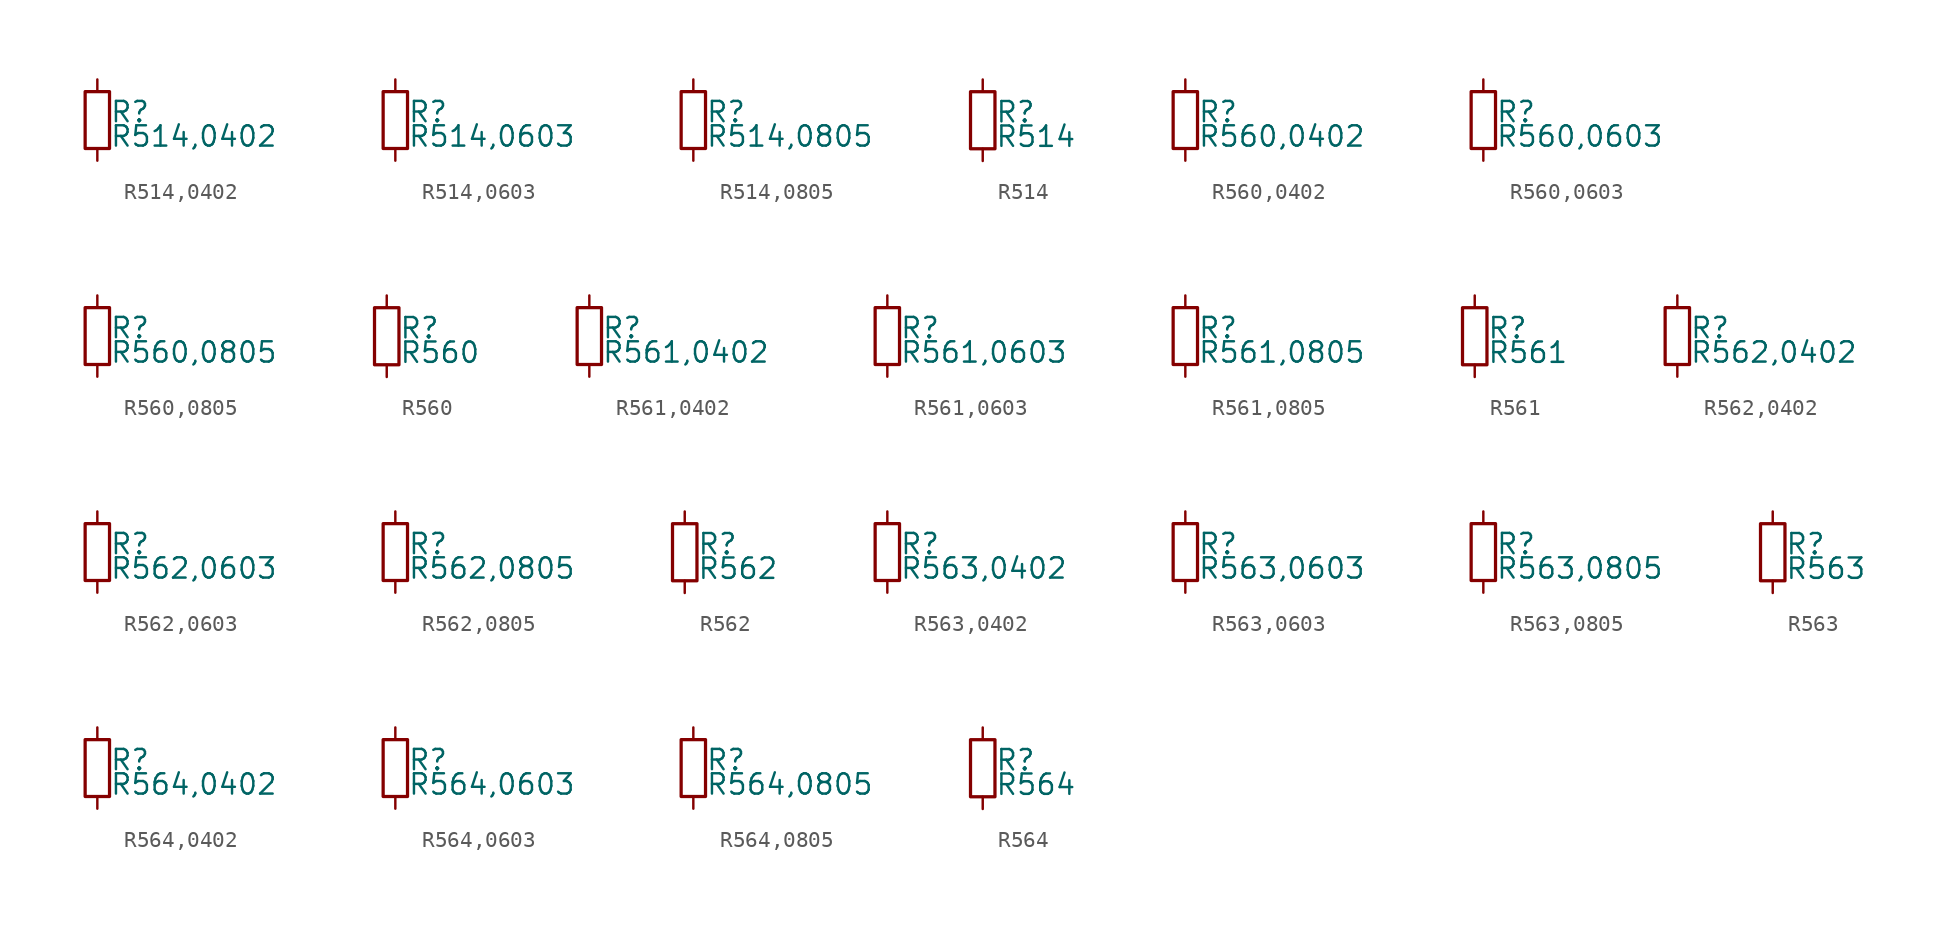
<source format=kicad_sym>
(kicad_symbol_lib
  (version 20211014)
  (generator kicad_symbol_editor)
  (symbol "R514,0402"
    (pin_numbers hide)
    (pin_names
      (offset 0.254) hide)
    (property "Reference" "R"
      (at 0.762 0.508 0)
      (effects (font (size 1.27 1.27)) (justify left)))
    (property "Value" "R514,0402"
      (at 0.762 -1.016 0)
      (effects (font (size 1.27 1.27)) (justify left)))
    (symbol "R514,0402_0_1"
      (rectangle (start -0.762 1.778) (end 0.762 -1.778) (stroke (width 0.203) (type default) (color 0 0 0 0)) (fill (type none))))
    (symbol "R514,0402_1_1"
      (pin passive line (at 0 2.54 270) (length 0.762) (name "~" (effects (font (size 1.27 1.27)))) (number "1" (effects (font (size 1.27 1.27)))))
      (pin passive line (at 0 -2.54 90) (length 0.762) (name "~" (effects (font (size 1.27 1.27)))) (number "2" (effects (font (size 1.27 1.27)))))))
  (symbol "R514,0603"
    (pin_numbers hide)
    (pin_names
      (offset 0.254) hide)
    (property "Reference" "R"
      (at 0.762 0.508 0)
      (effects (font (size 1.27 1.27)) (justify left)))
    (property "Value" "R514,0603"
      (at 0.762 -1.016 0)
      (effects (font (size 1.27 1.27)) (justify left)))
    (symbol "R514,0603_0_1"
      (rectangle (start -0.762 1.778) (end 0.762 -1.778) (stroke (width 0.203) (type default) (color 0 0 0 0)) (fill (type none))))
    (symbol "R514,0603_1_1"
      (pin passive line (at 0 2.54 270) (length 0.762) (name "~" (effects (font (size 1.27 1.27)))) (number "1" (effects (font (size 1.27 1.27)))))
      (pin passive line (at 0 -2.54 90) (length 0.762) (name "~" (effects (font (size 1.27 1.27)))) (number "2" (effects (font (size 1.27 1.27)))))))
  (symbol "R514,0805"
    (pin_numbers hide)
    (pin_names
      (offset 0.254) hide)
    (property "Reference" "R"
      (at 0.762 0.508 0)
      (effects (font (size 1.27 1.27)) (justify left)))
    (property "Value" "R514,0805"
      (at 0.762 -1.016 0)
      (effects (font (size 1.27 1.27)) (justify left)))
    (symbol "R514,0805_0_1"
      (rectangle (start -0.762 1.778) (end 0.762 -1.778) (stroke (width 0.203) (type default) (color 0 0 0 0)) (fill (type none))))
    (symbol "R514,0805_1_1"
      (pin passive line (at 0 2.54 270) (length 0.762) (name "~" (effects (font (size 1.27 1.27)))) (number "1" (effects (font (size 1.27 1.27)))))
      (pin passive line (at 0 -2.54 90) (length 0.762) (name "~" (effects (font (size 1.27 1.27)))) (number "2" (effects (font (size 1.27 1.27)))))))
  (symbol "R514"
    (pin_numbers hide)
    (pin_names
      (offset 0.254) hide)
    (property "Reference" "R"
      (at 0.762 0.508 0)
      (effects (font (size 1.27 1.27)) (justify left)))
    (property "Value" "R514"
      (at 0.762 -1.016 0)
      (effects (font (size 1.27 1.27)) (justify left)))
    (symbol "R514_0_1"
      (rectangle (start -0.762 1.778) (end 0.762 -1.778) (stroke (width 0.203) (type default) (color 0 0 0 0)) (fill (type none))))
    (symbol "R514_1_1"
      (pin passive line (at 0 2.54 270) (length 0.762) (name "~" (effects (font (size 1.27 1.27)))) (number "1" (effects (font (size 1.27 1.27)))))
      (pin passive line (at 0 -2.54 90) (length 0.762) (name "~" (effects (font (size 1.27 1.27)))) (number "2" (effects (font (size 1.27 1.27)))))))
  (symbol "R560,0402"
    (pin_numbers hide)
    (pin_names
      (offset 0.254) hide)
    (property "Reference" "R"
      (at 0.762 0.508 0)
      (effects (font (size 1.27 1.27)) (justify left)))
    (property "Value" "R560,0402"
      (at 0.762 -1.016 0)
      (effects (font (size 1.27 1.27)) (justify left)))
    (symbol "R560,0402_0_1"
      (rectangle (start -0.762 1.778) (end 0.762 -1.778) (stroke (width 0.203) (type default) (color 0 0 0 0)) (fill (type none))))
    (symbol "R560,0402_1_1"
      (pin passive line (at 0 2.54 270) (length 0.762) (name "~" (effects (font (size 1.27 1.27)))) (number "1" (effects (font (size 1.27 1.27)))))
      (pin passive line (at 0 -2.54 90) (length 0.762) (name "~" (effects (font (size 1.27 1.27)))) (number "2" (effects (font (size 1.27 1.27)))))))
  (symbol "R560,0603"
    (pin_numbers hide)
    (pin_names
      (offset 0.254) hide)
    (property "Reference" "R"
      (at 0.762 0.508 0)
      (effects (font (size 1.27 1.27)) (justify left)))
    (property "Value" "R560,0603"
      (at 0.762 -1.016 0)
      (effects (font (size 1.27 1.27)) (justify left)))
    (symbol "R560,0603_0_1"
      (rectangle (start -0.762 1.778) (end 0.762 -1.778) (stroke (width 0.203) (type default) (color 0 0 0 0)) (fill (type none))))
    (symbol "R560,0603_1_1"
      (pin passive line (at 0 2.54 270) (length 0.762) (name "~" (effects (font (size 1.27 1.27)))) (number "1" (effects (font (size 1.27 1.27)))))
      (pin passive line (at 0 -2.54 90) (length 0.762) (name "~" (effects (font (size 1.27 1.27)))) (number "2" (effects (font (size 1.27 1.27)))))))
  (symbol "R560,0805"
    (pin_numbers hide)
    (pin_names
      (offset 0.254) hide)
    (property "Reference" "R"
      (at 0.762 0.508 0)
      (effects (font (size 1.27 1.27)) (justify left)))
    (property "Value" "R560,0805"
      (at 0.762 -1.016 0)
      (effects (font (size 1.27 1.27)) (justify left)))
    (symbol "R560,0805_0_1"
      (rectangle (start -0.762 1.778) (end 0.762 -1.778) (stroke (width 0.203) (type default) (color 0 0 0 0)) (fill (type none))))
    (symbol "R560,0805_1_1"
      (pin passive line (at 0 2.54 270) (length 0.762) (name "~" (effects (font (size 1.27 1.27)))) (number "1" (effects (font (size 1.27 1.27)))))
      (pin passive line (at 0 -2.54 90) (length 0.762) (name "~" (effects (font (size 1.27 1.27)))) (number "2" (effects (font (size 1.27 1.27)))))))
  (symbol "R560"
    (pin_numbers hide)
    (pin_names
      (offset 0.254) hide)
    (property "Reference" "R"
      (at 0.762 0.508 0)
      (effects (font (size 1.27 1.27)) (justify left)))
    (property "Value" "R560"
      (at 0.762 -1.016 0)
      (effects (font (size 1.27 1.27)) (justify left)))
    (symbol "R560_0_1"
      (rectangle (start -0.762 1.778) (end 0.762 -1.778) (stroke (width 0.203) (type default) (color 0 0 0 0)) (fill (type none))))
    (symbol "R560_1_1"
      (pin passive line (at 0 2.54 270) (length 0.762) (name "~" (effects (font (size 1.27 1.27)))) (number "1" (effects (font (size 1.27 1.27)))))
      (pin passive line (at 0 -2.54 90) (length 0.762) (name "~" (effects (font (size 1.27 1.27)))) (number "2" (effects (font (size 1.27 1.27)))))))
  (symbol "R561,0402"
    (pin_numbers hide)
    (pin_names
      (offset 0.254) hide)
    (property "Reference" "R"
      (at 0.762 0.508 0)
      (effects (font (size 1.27 1.27)) (justify left)))
    (property "Value" "R561,0402"
      (at 0.762 -1.016 0)
      (effects (font (size 1.27 1.27)) (justify left)))
    (symbol "R561,0402_0_1"
      (rectangle (start -0.762 1.778) (end 0.762 -1.778) (stroke (width 0.203) (type default) (color 0 0 0 0)) (fill (type none))))
    (symbol "R561,0402_1_1"
      (pin passive line (at 0 2.54 270) (length 0.762) (name "~" (effects (font (size 1.27 1.27)))) (number "1" (effects (font (size 1.27 1.27)))))
      (pin passive line (at 0 -2.54 90) (length 0.762) (name "~" (effects (font (size 1.27 1.27)))) (number "2" (effects (font (size 1.27 1.27)))))))
  (symbol "R561,0603"
    (pin_numbers hide)
    (pin_names
      (offset 0.254) hide)
    (property "Reference" "R"
      (at 0.762 0.508 0)
      (effects (font (size 1.27 1.27)) (justify left)))
    (property "Value" "R561,0603"
      (at 0.762 -1.016 0)
      (effects (font (size 1.27 1.27)) (justify left)))
    (symbol "R561,0603_0_1"
      (rectangle (start -0.762 1.778) (end 0.762 -1.778) (stroke (width 0.203) (type default) (color 0 0 0 0)) (fill (type none))))
    (symbol "R561,0603_1_1"
      (pin passive line (at 0 2.54 270) (length 0.762) (name "~" (effects (font (size 1.27 1.27)))) (number "1" (effects (font (size 1.27 1.27)))))
      (pin passive line (at 0 -2.54 90) (length 0.762) (name "~" (effects (font (size 1.27 1.27)))) (number "2" (effects (font (size 1.27 1.27)))))))
  (symbol "R561,0805"
    (pin_numbers hide)
    (pin_names
      (offset 0.254) hide)
    (property "Reference" "R"
      (at 0.762 0.508 0)
      (effects (font (size 1.27 1.27)) (justify left)))
    (property "Value" "R561,0805"
      (at 0.762 -1.016 0)
      (effects (font (size 1.27 1.27)) (justify left)))
    (symbol "R561,0805_0_1"
      (rectangle (start -0.762 1.778) (end 0.762 -1.778) (stroke (width 0.203) (type default) (color 0 0 0 0)) (fill (type none))))
    (symbol "R561,0805_1_1"
      (pin passive line (at 0 2.54 270) (length 0.762) (name "~" (effects (font (size 1.27 1.27)))) (number "1" (effects (font (size 1.27 1.27)))))
      (pin passive line (at 0 -2.54 90) (length 0.762) (name "~" (effects (font (size 1.27 1.27)))) (number "2" (effects (font (size 1.27 1.27)))))))
  (symbol "R561"
    (pin_numbers hide)
    (pin_names
      (offset 0.254) hide)
    (property "Reference" "R"
      (at 0.762 0.508 0)
      (effects (font (size 1.27 1.27)) (justify left)))
    (property "Value" "R561"
      (at 0.762 -1.016 0)
      (effects (font (size 1.27 1.27)) (justify left)))
    (symbol "R561_0_1"
      (rectangle (start -0.762 1.778) (end 0.762 -1.778) (stroke (width 0.203) (type default) (color 0 0 0 0)) (fill (type none))))
    (symbol "R561_1_1"
      (pin passive line (at 0 2.54 270) (length 0.762) (name "~" (effects (font (size 1.27 1.27)))) (number "1" (effects (font (size 1.27 1.27)))))
      (pin passive line (at 0 -2.54 90) (length 0.762) (name "~" (effects (font (size 1.27 1.27)))) (number "2" (effects (font (size 1.27 1.27)))))))
  (symbol "R562,0402"
    (pin_numbers hide)
    (pin_names
      (offset 0.254) hide)
    (property "Reference" "R"
      (at 0.762 0.508 0)
      (effects (font (size 1.27 1.27)) (justify left)))
    (property "Value" "R562,0402"
      (at 0.762 -1.016 0)
      (effects (font (size 1.27 1.27)) (justify left)))
    (symbol "R562,0402_0_1"
      (rectangle (start -0.762 1.778) (end 0.762 -1.778) (stroke (width 0.203) (type default) (color 0 0 0 0)) (fill (type none))))
    (symbol "R562,0402_1_1"
      (pin passive line (at 0 2.54 270) (length 0.762) (name "~" (effects (font (size 1.27 1.27)))) (number "1" (effects (font (size 1.27 1.27)))))
      (pin passive line (at 0 -2.54 90) (length 0.762) (name "~" (effects (font (size 1.27 1.27)))) (number "2" (effects (font (size 1.27 1.27)))))))
  (symbol "R562,0603"
    (pin_numbers hide)
    (pin_names
      (offset 0.254) hide)
    (property "Reference" "R"
      (at 0.762 0.508 0)
      (effects (font (size 1.27 1.27)) (justify left)))
    (property "Value" "R562,0603"
      (at 0.762 -1.016 0)
      (effects (font (size 1.27 1.27)) (justify left)))
    (symbol "R562,0603_0_1"
      (rectangle (start -0.762 1.778) (end 0.762 -1.778) (stroke (width 0.203) (type default) (color 0 0 0 0)) (fill (type none))))
    (symbol "R562,0603_1_1"
      (pin passive line (at 0 2.54 270) (length 0.762) (name "~" (effects (font (size 1.27 1.27)))) (number "1" (effects (font (size 1.27 1.27)))))
      (pin passive line (at 0 -2.54 90) (length 0.762) (name "~" (effects (font (size 1.27 1.27)))) (number "2" (effects (font (size 1.27 1.27)))))))
  (symbol "R562,0805"
    (pin_numbers hide)
    (pin_names
      (offset 0.254) hide)
    (property "Reference" "R"
      (at 0.762 0.508 0)
      (effects (font (size 1.27 1.27)) (justify left)))
    (property "Value" "R562,0805"
      (at 0.762 -1.016 0)
      (effects (font (size 1.27 1.27)) (justify left)))
    (symbol "R562,0805_0_1"
      (rectangle (start -0.762 1.778) (end 0.762 -1.778) (stroke (width 0.203) (type default) (color 0 0 0 0)) (fill (type none))))
    (symbol "R562,0805_1_1"
      (pin passive line (at 0 2.54 270) (length 0.762) (name "~" (effects (font (size 1.27 1.27)))) (number "1" (effects (font (size 1.27 1.27)))))
      (pin passive line (at 0 -2.54 90) (length 0.762) (name "~" (effects (font (size 1.27 1.27)))) (number "2" (effects (font (size 1.27 1.27)))))))
  (symbol "R562"
    (pin_numbers hide)
    (pin_names
      (offset 0.254) hide)
    (property "Reference" "R"
      (at 0.762 0.508 0)
      (effects (font (size 1.27 1.27)) (justify left)))
    (property "Value" "R562"
      (at 0.762 -1.016 0)
      (effects (font (size 1.27 1.27)) (justify left)))
    (symbol "R562_0_1"
      (rectangle (start -0.762 1.778) (end 0.762 -1.778) (stroke (width 0.203) (type default) (color 0 0 0 0)) (fill (type none))))
    (symbol "R562_1_1"
      (pin passive line (at 0 2.54 270) (length 0.762) (name "~" (effects (font (size 1.27 1.27)))) (number "1" (effects (font (size 1.27 1.27)))))
      (pin passive line (at 0 -2.54 90) (length 0.762) (name "~" (effects (font (size 1.27 1.27)))) (number "2" (effects (font (size 1.27 1.27)))))))
  (symbol "R563,0402"
    (pin_numbers hide)
    (pin_names
      (offset 0.254) hide)
    (property "Reference" "R"
      (at 0.762 0.508 0)
      (effects (font (size 1.27 1.27)) (justify left)))
    (property "Value" "R563,0402"
      (at 0.762 -1.016 0)
      (effects (font (size 1.27 1.27)) (justify left)))
    (symbol "R563,0402_0_1"
      (rectangle (start -0.762 1.778) (end 0.762 -1.778) (stroke (width 0.203) (type default) (color 0 0 0 0)) (fill (type none))))
    (symbol "R563,0402_1_1"
      (pin passive line (at 0 2.54 270) (length 0.762) (name "~" (effects (font (size 1.27 1.27)))) (number "1" (effects (font (size 1.27 1.27)))))
      (pin passive line (at 0 -2.54 90) (length 0.762) (name "~" (effects (font (size 1.27 1.27)))) (number "2" (effects (font (size 1.27 1.27)))))))
  (symbol "R563,0603"
    (pin_numbers hide)
    (pin_names
      (offset 0.254) hide)
    (property "Reference" "R"
      (at 0.762 0.508 0)
      (effects (font (size 1.27 1.27)) (justify left)))
    (property "Value" "R563,0603"
      (at 0.762 -1.016 0)
      (effects (font (size 1.27 1.27)) (justify left)))
    (symbol "R563,0603_0_1"
      (rectangle (start -0.762 1.778) (end 0.762 -1.778) (stroke (width 0.203) (type default) (color 0 0 0 0)) (fill (type none))))
    (symbol "R563,0603_1_1"
      (pin passive line (at 0 2.54 270) (length 0.762) (name "~" (effects (font (size 1.27 1.27)))) (number "1" (effects (font (size 1.27 1.27)))))
      (pin passive line (at 0 -2.54 90) (length 0.762) (name "~" (effects (font (size 1.27 1.27)))) (number "2" (effects (font (size 1.27 1.27)))))))
  (symbol "R563,0805"
    (pin_numbers hide)
    (pin_names
      (offset 0.254) hide)
    (property "Reference" "R"
      (at 0.762 0.508 0)
      (effects (font (size 1.27 1.27)) (justify left)))
    (property "Value" "R563,0805"
      (at 0.762 -1.016 0)
      (effects (font (size 1.27 1.27)) (justify left)))
    (symbol "R563,0805_0_1"
      (rectangle (start -0.762 1.778) (end 0.762 -1.778) (stroke (width 0.203) (type default) (color 0 0 0 0)) (fill (type none))))
    (symbol "R563,0805_1_1"
      (pin passive line (at 0 2.54 270) (length 0.762) (name "~" (effects (font (size 1.27 1.27)))) (number "1" (effects (font (size 1.27 1.27)))))
      (pin passive line (at 0 -2.54 90) (length 0.762) (name "~" (effects (font (size 1.27 1.27)))) (number "2" (effects (font (size 1.27 1.27)))))))
  (symbol "R563"
    (pin_numbers hide)
    (pin_names
      (offset 0.254) hide)
    (property "Reference" "R"
      (at 0.762 0.508 0)
      (effects (font (size 1.27 1.27)) (justify left)))
    (property "Value" "R563"
      (at 0.762 -1.016 0)
      (effects (font (size 1.27 1.27)) (justify left)))
    (symbol "R563_0_1"
      (rectangle (start -0.762 1.778) (end 0.762 -1.778) (stroke (width 0.203) (type default) (color 0 0 0 0)) (fill (type none))))
    (symbol "R563_1_1"
      (pin passive line (at 0 2.54 270) (length 0.762) (name "~" (effects (font (size 1.27 1.27)))) (number "1" (effects (font (size 1.27 1.27)))))
      (pin passive line (at 0 -2.54 90) (length 0.762) (name "~" (effects (font (size 1.27 1.27)))) (number "2" (effects (font (size 1.27 1.27)))))))
  (symbol "R564,0402"
    (pin_numbers hide)
    (pin_names
      (offset 0.254) hide)
    (property "Reference" "R"
      (at 0.762 0.508 0)
      (effects (font (size 1.27 1.27)) (justify left)))
    (property "Value" "R564,0402"
      (at 0.762 -1.016 0)
      (effects (font (size 1.27 1.27)) (justify left)))
    (symbol "R564,0402_0_1"
      (rectangle (start -0.762 1.778) (end 0.762 -1.778) (stroke (width 0.203) (type default) (color 0 0 0 0)) (fill (type none))))
    (symbol "R564,0402_1_1"
      (pin passive line (at 0 2.54 270) (length 0.762) (name "~" (effects (font (size 1.27 1.27)))) (number "1" (effects (font (size 1.27 1.27)))))
      (pin passive line (at 0 -2.54 90) (length 0.762) (name "~" (effects (font (size 1.27 1.27)))) (number "2" (effects (font (size 1.27 1.27)))))))
  (symbol "R564,0603"
    (pin_numbers hide)
    (pin_names
      (offset 0.254) hide)
    (property "Reference" "R"
      (at 0.762 0.508 0)
      (effects (font (size 1.27 1.27)) (justify left)))
    (property "Value" "R564,0603"
      (at 0.762 -1.016 0)
      (effects (font (size 1.27 1.27)) (justify left)))
    (symbol "R564,0603_0_1"
      (rectangle (start -0.762 1.778) (end 0.762 -1.778) (stroke (width 0.203) (type default) (color 0 0 0 0)) (fill (type none))))
    (symbol "R564,0603_1_1"
      (pin passive line (at 0 2.54 270) (length 0.762) (name "~" (effects (font (size 1.27 1.27)))) (number "1" (effects (font (size 1.27 1.27)))))
      (pin passive line (at 0 -2.54 90) (length 0.762) (name "~" (effects (font (size 1.27 1.27)))) (number "2" (effects (font (size 1.27 1.27)))))))
  (symbol "R564,0805"
    (pin_numbers hide)
    (pin_names
      (offset 0.254) hide)
    (property "Reference" "R"
      (at 0.762 0.508 0)
      (effects (font (size 1.27 1.27)) (justify left)))
    (property "Value" "R564,0805"
      (at 0.762 -1.016 0)
      (effects (font (size 1.27 1.27)) (justify left)))
    (symbol "R564,0805_0_1"
      (rectangle (start -0.762 1.778) (end 0.762 -1.778) (stroke (width 0.203) (type default) (color 0 0 0 0)) (fill (type none))))
    (symbol "R564,0805_1_1"
      (pin passive line (at 0 2.54 270) (length 0.762) (name "~" (effects (font (size 1.27 1.27)))) (number "1" (effects (font (size 1.27 1.27)))))
      (pin passive line (at 0 -2.54 90) (length 0.762) (name "~" (effects (font (size 1.27 1.27)))) (number "2" (effects (font (size 1.27 1.27)))))))
  (symbol "R564"
    (pin_numbers hide)
    (pin_names
      (offset 0.254) hide)
    (property "Reference" "R"
      (at 0.762 0.508 0)
      (effects (font (size 1.27 1.27)) (justify left)))
    (property "Value" "R564"
      (at 0.762 -1.016 0)
      (effects (font (size 1.27 1.27)) (justify left)))
    (symbol "R564_0_1"
      (rectangle (start -0.762 1.778) (end 0.762 -1.778) (stroke (width 0.203) (type default) (color 0 0 0 0)) (fill (type none))))
    (symbol "R564_1_1"
      (pin passive line (at 0 2.54 270) (length 0.762) (name "~" (effects (font (size 1.27 1.27)))) (number "1" (effects (font (size 1.27 1.27)))))
      (pin passive line (at 0 -2.54 90) (length 0.762) (name "~" (effects (font (size 1.27 1.27)))) (number "2" (effects (font (size 1.27 1.27))))))))
</source>
